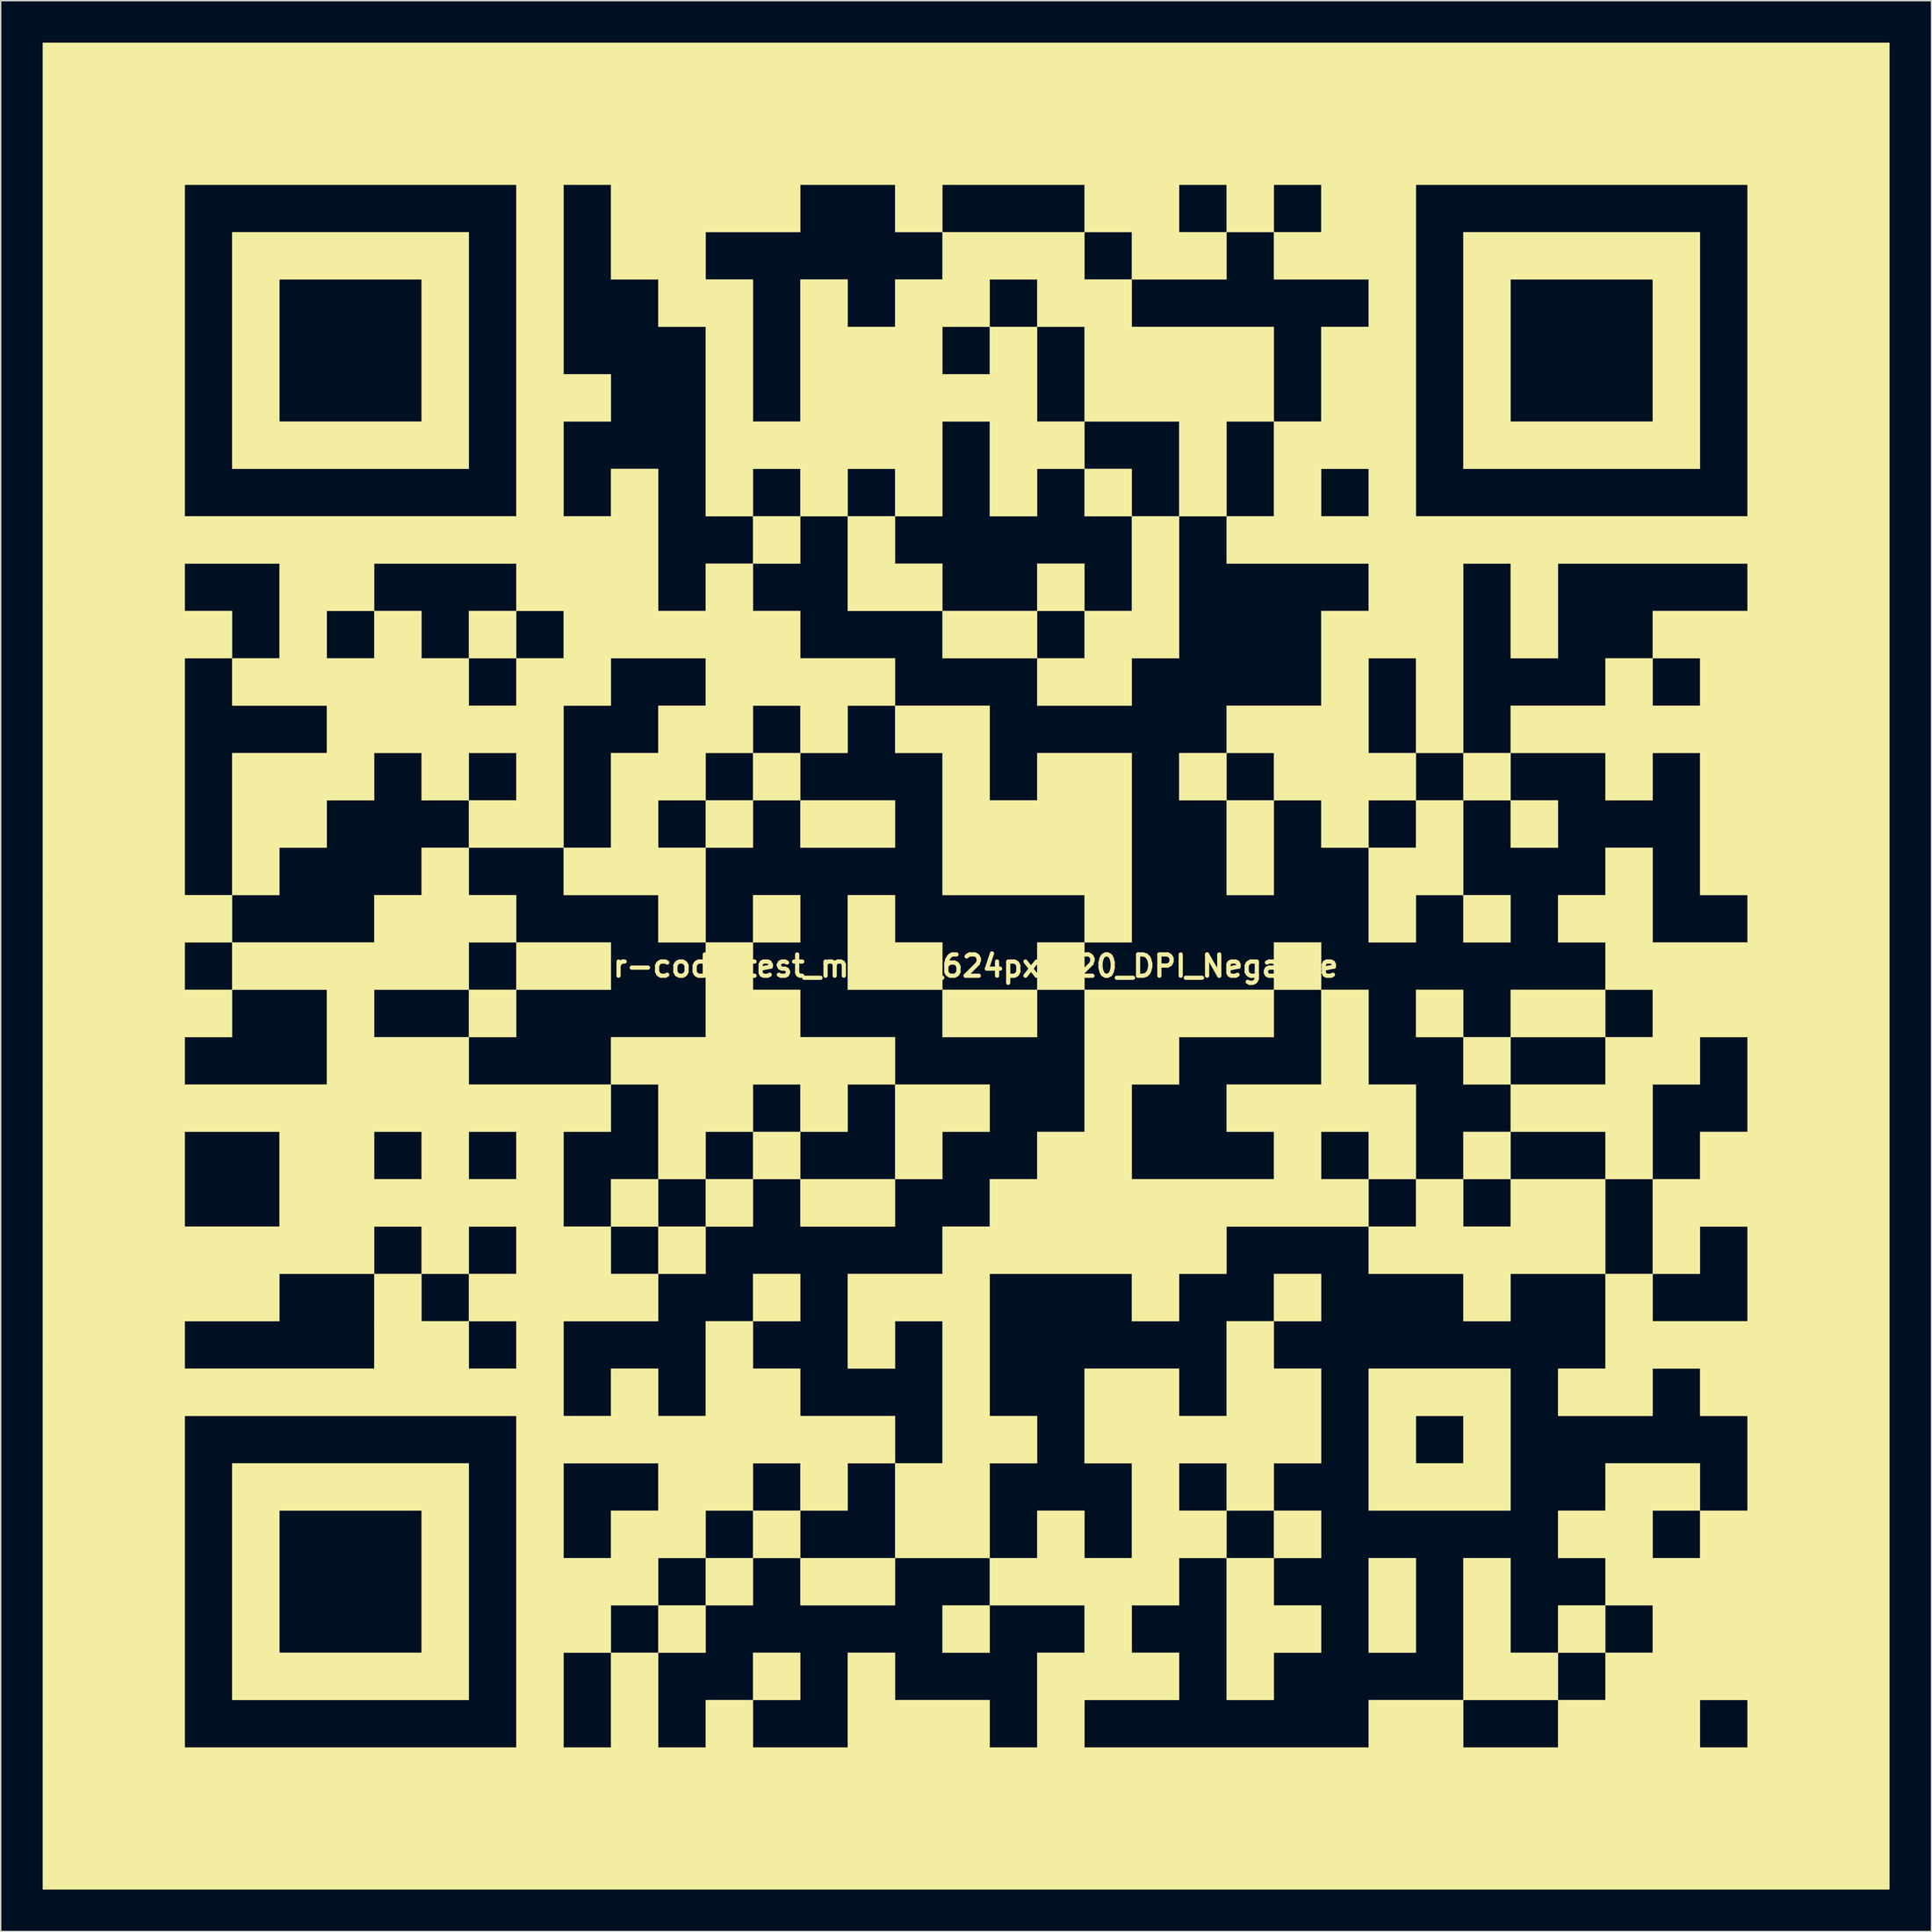
<source format=kicad_pcb>
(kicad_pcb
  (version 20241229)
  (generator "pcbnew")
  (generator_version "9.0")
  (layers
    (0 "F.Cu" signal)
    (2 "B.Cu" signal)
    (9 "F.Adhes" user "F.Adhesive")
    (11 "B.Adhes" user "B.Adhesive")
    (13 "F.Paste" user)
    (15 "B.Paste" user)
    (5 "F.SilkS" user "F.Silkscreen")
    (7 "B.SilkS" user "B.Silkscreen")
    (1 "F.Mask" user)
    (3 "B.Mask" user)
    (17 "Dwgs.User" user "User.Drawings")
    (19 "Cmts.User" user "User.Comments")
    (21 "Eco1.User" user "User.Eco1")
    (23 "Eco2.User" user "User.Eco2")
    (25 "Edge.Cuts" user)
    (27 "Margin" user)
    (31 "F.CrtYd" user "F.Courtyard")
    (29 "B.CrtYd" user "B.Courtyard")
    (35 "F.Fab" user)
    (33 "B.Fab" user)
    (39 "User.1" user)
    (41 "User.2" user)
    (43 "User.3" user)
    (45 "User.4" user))
  (footprint "qr-code_test_mm_qr_624px_120_DPI_Negative"
    (layer "F.Cu")
    (at 66.045 66.045)
    (property "Reference" "qr-code_test_mm_qr_624px_120_DPI_Negative" (at 0 0 0) (layer "F.SilkS") (effects (font (size 1.524 1.524) (thickness 0.3))))
    (attr through_hole)
    (fp_poly (pts (xy -32.173 -22.013) (xy -35.56 -22.013) (xy -35.56 -25.4) (xy -32.173 -25.4) (xy -32.173 -22.013)) (stroke (width 0.01) (type solid)) (fill yes) (layer "F.SilkS"))
    (fp_poly (pts (xy -32.173 5.08) (xy -35.56 5.08) (xy -35.56 1.693) (xy -32.173 1.693) (xy -32.173 5.08)) (stroke (width 0.01) (type solid)) (fill yes) (layer "F.SilkS"))
    (fp_poly (pts (xy -25.4 1.693) (xy -32.173 1.693) (xy -32.173 -1.693) (xy -25.4 -1.693) (xy -25.4 1.693)) (stroke (width 0.01) (type solid)) (fill yes) (layer "F.SilkS"))
    (fp_poly (pts (xy -18.627 49.107) (xy -22.013 49.107) (xy -22.013 45.72) (xy -18.627 45.72) (xy -18.627 49.107)) (stroke (width 0.01) (type solid)) (fill yes) (layer "F.SilkS"))
    (fp_poly (pts (xy -15.24 -8.467) (xy -18.627 -8.467) (xy -18.627 -11.853) (xy -15.24 -11.853) (xy -15.24 -8.467)) (stroke (width 0.01) (type solid)) (fill yes) (layer "F.SilkS"))
    (fp_poly (pts (xy -15.24 45.72) (xy -18.627 45.72) (xy -18.627 42.333) (xy -15.24 42.333) (xy -15.24 45.72)) (stroke (width 0.01) (type solid)) (fill yes) (layer "F.SilkS"))
    (fp_poly (pts (xy -11.853 -28.787) (xy -15.24 -28.787) (xy -15.24 -32.173) (xy -11.853 -32.173) (xy -11.853 -28.787)) (stroke (width 0.01) (type solid)) (fill yes) (layer "F.SilkS"))
    (fp_poly (pts (xy -11.853 -11.853) (xy -15.24 -11.853) (xy -15.24 -15.24) (xy -11.853 -15.24) (xy -11.853 -11.853)) (stroke (width 0.01) (type solid)) (fill yes) (layer "F.SilkS"))
    (fp_poly (pts (xy -11.853 -1.693) (xy -15.24 -1.693) (xy -15.24 -5.08) (xy -11.853 -5.08) (xy -11.853 -1.693)) (stroke (width 0.01) (type solid)) (fill yes) (layer "F.SilkS"))
    (fp_poly (pts (xy -11.853 25.4) (xy -15.24 25.4) (xy -15.24 22.013) (xy -11.853 22.013) (xy -11.853 25.4)) (stroke (width 0.01) (type solid)) (fill yes) (layer "F.SilkS"))
    (fp_poly (pts (xy -11.853 42.333) (xy -15.24 42.333) (xy -15.24 38.947) (xy -11.853 38.947) (xy -11.853 42.333)) (stroke (width 0.01) (type solid)) (fill yes) (layer "F.SilkS"))
    (fp_poly (pts (xy -11.853 52.493) (xy -15.24 52.493) (xy -15.24 49.107) (xy -11.853 49.107) (xy -11.853 52.493)) (stroke (width 0.01) (type solid)) (fill yes) (layer "F.SilkS"))
    (fp_poly (pts (xy -5.08 -8.467) (xy -11.853 -8.467) (xy -11.853 -11.853) (xy -5.08 -11.853) (xy -5.08 -8.467)) (stroke (width 0.01) (type solid)) (fill yes) (layer "F.SilkS"))
    (fp_poly (pts (xy -5.08 45.72) (xy -11.853 45.72) (xy -11.853 42.333) (xy -5.08 42.333) (xy -5.08 45.72)) (stroke (width 0.01) (type solid)) (fill yes) (layer "F.SilkS"))
    (fp_poly (pts (xy 1.693 49.107) (xy -1.693 49.107) (xy -1.693 45.72) (xy 1.693 45.72) (xy 1.693 49.107)) (stroke (width 0.01) (type solid)) (fill yes) (layer "F.SilkS"))
    (fp_poly (pts (xy 5.08 5.08) (xy -1.693 5.08) (xy -1.693 1.693) (xy 5.08 1.693) (xy 5.08 5.08)) (stroke (width 0.01) (type solid)) (fill yes) (layer "F.SilkS"))
    (fp_poly (pts (xy 8.467 1.693) (xy 5.08 1.693) (xy 5.08 -1.693) (xy 8.467 -1.693) (xy 8.467 1.693)) (stroke (width 0.01) (type solid)) (fill yes) (layer "F.SilkS"))
    (fp_poly (pts (xy 11.853 -32.173) (xy 8.467 -32.173) (xy 8.467 -35.56) (xy 11.853 -35.56) (xy 11.853 -32.173)) (stroke (width 0.01) (type solid)) (fill yes) (layer "F.SilkS"))
    (fp_poly (pts (xy 18.627 -11.853) (xy 15.24 -11.853) (xy 15.24 -15.24) (xy 18.627 -15.24) (xy 18.627 -11.853)) (stroke (width 0.01) (type solid)) (fill yes) (layer "F.SilkS"))
    (fp_poly (pts (xy 22.013 -5.08) (xy 18.627 -5.08) (xy 18.627 -11.853) (xy 22.013 -11.853) (xy 22.013 -5.08)) (stroke (width 0.01) (type solid)) (fill yes) (layer "F.SilkS"))
    (fp_poly (pts (xy 25.4 25.4) (xy 22.013 25.4) (xy 22.013 22.013) (xy 25.4 22.013) (xy 25.4 25.4)) (stroke (width 0.01) (type solid)) (fill yes) (layer "F.SilkS"))
    (fp_poly (pts (xy 25.4 42.333) (xy 22.013 42.333) (xy 22.013 38.947) (xy 25.4 38.947) (xy 25.4 42.333)) (stroke (width 0.01) (type solid)) (fill yes) (layer "F.SilkS"))
    (fp_poly (pts (xy 32.173 49.107) (xy 28.787 49.107) (xy 28.787 42.333) (xy 32.173 42.333) (xy 32.173 49.107)) (stroke (width 0.01) (type solid)) (fill yes) (layer "F.SilkS"))
    (fp_poly (pts (xy 35.56 5.08) (xy 32.173 5.08) (xy 32.173 1.693) (xy 35.56 1.693) (xy 35.56 5.08)) (stroke (width 0.01) (type solid)) (fill yes) (layer "F.SilkS"))
    (fp_poly (pts (xy 38.947 -11.853) (xy 35.56 -11.853) (xy 35.56 -15.24) (xy 38.947 -15.24) (xy 38.947 -11.853)) (stroke (width 0.01) (type solid)) (fill yes) (layer "F.SilkS"))
    (fp_poly (pts (xy 38.947 -1.693) (xy 35.56 -1.693) (xy 35.56 -5.08) (xy 38.947 -5.08) (xy 38.947 -1.693)) (stroke (width 0.01) (type solid)) (fill yes) (layer "F.SilkS"))
    (fp_poly (pts (xy 38.947 8.467) (xy 35.56 8.467) (xy 35.56 5.08) (xy 38.947 5.08) (xy 38.947 8.467)) (stroke (width 0.01) (type solid)) (fill yes) (layer "F.SilkS"))
    (fp_poly (pts (xy 42.333 -8.467) (xy 38.947 -8.467) (xy 38.947 -11.853) (xy 42.333 -11.853) (xy 42.333 -8.467)) (stroke (width 0.01) (type solid)) (fill yes) (layer "F.SilkS"))
    (fp_poly (pts (xy 45.72 5.08) (xy 38.947 5.08) (xy 38.947 1.693) (xy 45.72 1.693) (xy 45.72 5.08)) (stroke (width 0.01) (type solid)) (fill yes) (layer "F.SilkS"))
    (fp_poly (pts (xy 45.72 49.107) (xy 42.333 49.107) (xy 42.333 45.72) (xy 45.72 45.72) (xy 45.72 49.107)) (stroke (width 0.01) (type solid)) (fill yes) (layer "F.SilkS"))
    (fp_poly (pts (xy -5.08 -28.787) (xy -1.693 -28.787) (xy -1.693 -25.4) (xy -8.467 -25.4) (xy -8.467 -32.173) (xy -5.08 -32.173) (xy -5.08 -28.787)) (stroke (width 0.01) (type solid)) (fill yes) (layer "F.SilkS"))
    (fp_poly (pts (xy -5.08 -1.693) (xy -1.693 -1.693) (xy -1.693 1.693) (xy -8.467 1.693) (xy -8.467 -5.08) (xy -5.08 -5.08) (xy -5.08 -1.693)) (stroke (width 0.01) (type solid)) (fill yes) (layer "F.SilkS"))
    (fp_poly (pts (xy 38.947 49.107) (xy 42.333 49.107) (xy 42.333 52.493) (xy 35.56 52.493) (xy 35.56 42.333) (xy 38.947 42.333) (xy 38.947 49.107)) (stroke (width 0.01) (type solid)) (fill yes) (layer "F.SilkS"))
    (fp_poly (pts (xy 22.013 45.72) (xy 25.4 45.72) (xy 25.4 49.107) (xy 22.013 49.107) (xy 22.013 52.493) (xy 18.627 52.493) (xy 18.627 42.333) (xy 22.013 42.333) (xy 22.013 45.72)) (stroke (width 0.01) (type solid)) (fill yes) (layer "F.SilkS"))
    (fp_poly (pts (xy 35.56 -5.08) (xy 32.173 -5.08) (xy 32.173 -1.693) (xy 28.787 -1.693) (xy 28.787 -8.467) (xy 32.173 -8.467) (xy 32.173 -11.853) (xy 35.56 -11.853) (xy 35.56 -5.08)) (stroke (width 0.01) (type solid)) (fill yes) (layer "F.SilkS"))
    (fp_poly (pts (xy -35.56 -35.56) (xy -52.493 -35.56) (xy -52.493 -49.107) (xy -49.107 -49.107) (xy -49.107 -38.947) (xy -38.947 -38.947) (xy -38.947 -49.107) (xy -49.107 -49.107) (xy -52.493 -49.107) (xy -52.493 -52.493) (xy -35.56 -52.493) (xy -35.56 -35.56)) (stroke (width 0.01) (type solid)) (fill yes) (layer "F.SilkS"))
    (fp_poly (pts (xy -35.56 52.493) (xy -52.493 52.493) (xy -52.493 38.947) (xy -49.107 38.947) (xy -49.107 49.107) (xy -38.947 49.107) (xy -38.947 38.947) (xy -49.107 38.947) (xy -52.493 38.947) (xy -52.493 35.56) (xy -35.56 35.56) (xy -35.56 52.493)) (stroke (width 0.01) (type solid)) (fill yes) (layer "F.SilkS"))
    (fp_poly (pts (xy 38.947 38.947) (xy 28.787 38.947) (xy 28.787 32.173) (xy 32.173 32.173) (xy 32.173 35.56) (xy 35.56 35.56) (xy 35.56 32.173) (xy 32.173 32.173) (xy 28.787 32.173) (xy 28.787 28.787) (xy 38.947 28.787) (xy 38.947 38.947)) (stroke (width 0.01) (type solid)) (fill yes) (layer "F.SilkS"))
    (fp_poly (pts (xy 52.493 -35.56) (xy 35.56 -35.56) (xy 35.56 -49.107) (xy 38.947 -49.107) (xy 38.947 -38.947) (xy 49.107 -38.947) (xy 49.107 -49.107) (xy 38.947 -49.107) (xy 35.56 -49.107) (xy 35.56 -52.493) (xy 52.493 -52.493) (xy 52.493 -35.56)) (stroke (width 0.01) (type solid)) (fill yes) (layer "F.SilkS"))
    (fp_poly (pts (xy 1.693 -11.853) (xy 5.08 -11.853) (xy 5.08 -15.24) (xy 11.853 -15.24) (xy 11.853 -1.693) (xy 8.467 -1.693) (xy 8.467 -5.08) (xy -1.693 -5.08) (xy -1.693 -15.24) (xy -5.08 -15.24) (xy -5.08 -18.627) (xy 1.693 -18.627) (xy 1.693 -11.853)) (stroke (width 0.01) (type solid)) (fill yes) (layer "F.SilkS"))
    (fp_poly (pts (xy 15.24 -22.013) (xy 11.853 -22.013) (xy 11.853 -18.627) (xy 5.08 -18.627) (xy 5.08 -22.013) (xy -1.693 -22.013) (xy -1.693 -25.4) (xy 5.08 -25.4) (xy 5.08 -22.013) (xy 8.467 -22.013) (xy 8.467 -25.4) (xy 5.08 -25.4) (xy 5.08 -28.787) (xy 8.467 -28.787) (xy 8.467 -25.4) (xy 11.853 -25.4) (xy 11.853 -32.173) (xy 15.24 -32.173) (xy 15.24 -22.013)) (stroke (width 0.01) (type solid)) (fill yes) (layer "F.SilkS"))
    (fp_poly (pts (xy 1.693 8.467) (xy 1.693 11.853) (xy -1.693 11.853) (xy -1.693 15.24) (xy -5.08 15.24) (xy -5.08 18.627) (xy -11.853 18.627) (xy -11.853 15.24) (xy -15.24 15.24) (xy -15.24 18.627) (xy -18.627 18.627) (xy -18.627 22.013) (xy -22.013 22.013) (xy -22.013 18.627) (xy -25.4 18.627) (xy -25.4 15.24) (xy -22.013 15.24) (xy -22.013 18.627) (xy -18.627 18.627) (xy -18.627 15.24) (xy -22.013 15.24) (xy -22.013 11.853) (xy -18.627 11.853) (xy -18.627 15.24) (xy -15.24 15.24) (xy -15.24 11.853) (xy -18.627 11.853) (xy -22.013 11.853) (xy -22.013 8.467) (xy -15.24 8.467) (xy -15.24 11.853) (xy -11.853 11.853) (xy -11.853 15.24) (xy -5.08 15.24) (xy -5.08 8.467) (xy -8.467 8.467) (xy -8.467 11.853) (xy -11.853 11.853) (xy -11.853 8.467) (xy -15.24 8.467) (xy -22.013 8.467) (xy -25.4 8.467) (xy -25.4 5.08) (xy -18.627 5.08) (xy -18.627 -1.693) (xy -15.24 -1.693) (xy -15.24 1.693) (xy -11.853 1.693) (xy -11.853 5.08) (xy -5.08 5.08) (xy -5.08 8.467) (xy 1.693 8.467)) (stroke (width 0.01) (type solid)) (fill yes) (layer "F.SilkS"))
    (fp_poly (pts (xy 45.72 15.24) (xy 45.72 22.013) (xy 38.947 22.013) (xy 38.947 25.4) (xy 35.56 25.4) (xy 35.56 22.013) (xy 28.787 22.013) (xy 28.787 18.627) (xy 18.627 18.627) (xy 18.627 22.013) (xy 15.24 22.013) (xy 15.24 25.4) (xy 11.853 25.4) (xy 11.853 22.013) (xy 1.693 22.013) (xy 1.693 32.173) (xy 5.08 32.173) (xy 5.08 35.56) (xy 1.693 35.56) (xy 1.693 42.333) (xy -5.08 42.333) (xy -5.08 35.56) (xy -1.693 35.56) (xy -1.693 25.4) (xy -5.08 25.4) (xy -5.08 28.787) (xy -8.467 28.787) (xy -8.467 22.013) (xy -1.693 22.013) (xy -1.693 18.627) (xy 1.693 18.627) (xy 1.693 15.24) (xy 5.08 15.24) (xy 5.08 11.853) (xy 8.467 11.853) (xy 8.467 8.467) (xy 11.853 8.467) (xy 11.853 15.24) (xy 22.013 15.24) (xy 22.013 11.853) (xy 25.4 11.853) (xy 25.4 15.24) (xy 28.787 15.24) (xy 28.787 18.627) (xy 32.173 18.627) (xy 32.173 15.24) (xy 28.787 15.24) (xy 28.787 11.853) (xy 25.4 11.853) (xy 22.013 11.853) (xy 18.627 11.853) (xy 18.627 8.467) (xy 25.4 8.467) (xy 25.4 1.693) (xy 22.013 1.693) (xy 22.013 5.08) (xy 15.24 5.08) (xy 15.24 8.467) (xy 11.853 8.467) (xy 8.467 8.467) (xy 8.467 1.693) (xy 22.013 1.693) (xy 22.013 -1.693) (xy 25.4 -1.693) (xy 25.4 1.693) (xy 28.787 1.693) (xy 28.787 8.467) (xy 32.173 8.467) (xy 32.173 15.24) (xy 35.56 15.24) (xy 35.56 18.627) (xy 38.947 18.627) (xy 38.947 15.24) (xy 35.56 15.24) (xy 35.56 11.853) (xy 38.947 11.853) (xy 38.947 15.24) (xy 45.72 15.24)) (stroke (width 0.01) (type solid)) (fill yes) (layer "F.SilkS"))
    (fp_poly (pts (xy 66.04 66.04) (xy -66.04 66.04) (xy -66.04 32.173) (xy -55.88 32.173) (xy -55.88 55.88) (xy -32.173 55.88) (xy -32.173 49.107) (xy -28.787 49.107) (xy -28.787 55.88) (xy -25.4 55.88) (xy -25.4 49.107) (xy -28.787 49.107) (xy -32.173 49.107) (xy -32.173 35.56) (xy -28.787 35.56) (xy -28.787 42.333) (xy -25.4 42.333) (xy -25.4 38.947) (xy -22.013 38.947) (xy -22.013 35.56) (xy -28.787 35.56) (xy -32.173 35.56) (xy -32.173 32.173) (xy -55.88 32.173) (xy -66.04 32.173) (xy -66.04 25.4) (xy -55.88 25.4) (xy -55.88 28.787) (xy -42.333 28.787) (xy -42.333 22.013) (xy -49.107 22.013) (xy -49.107 25.4) (xy -55.88 25.4) (xy -66.04 25.4) (xy -66.04 11.853) (xy -55.88 11.853) (xy -55.88 18.627) (xy -49.107 18.627) (xy -42.333 18.627) (xy -42.333 22.013) (xy -38.947 22.013) (xy -38.947 25.4) (xy -35.56 25.4) (xy -35.56 28.787) (xy -32.173 28.787) (xy -32.173 25.4) (xy -35.56 25.4) (xy -35.56 22.013) (xy -38.947 22.013) (xy -38.947 18.627) (xy -35.56 18.627) (xy -35.56 22.013) (xy -32.173 22.013) (xy -32.173 18.627) (xy -35.56 18.627) (xy -38.947 18.627) (xy -42.333 18.627) (xy -49.107 18.627) (xy -49.107 11.853) (xy -42.333 11.853) (xy -42.333 15.24) (xy -38.947 15.24) (xy -38.947 11.853) (xy -35.56 11.853) (xy -35.56 15.24) (xy -32.173 15.24) (xy -32.173 11.853) (xy -35.56 11.853) (xy -38.947 11.853) (xy -42.333 11.853) (xy -49.107 11.853) (xy -55.88 11.853) (xy -66.04 11.853) (xy -66.04 5.08) (xy -55.88 5.08) (xy -55.88 8.467) (xy -45.72 8.467) (xy -45.72 1.693) (xy -42.333 1.693) (xy -42.333 5.08) (xy -35.56 5.08) (xy -35.56 8.467) (xy -25.4 8.467) (xy -25.4 11.853) (xy -28.787 11.853) (xy -28.787 18.627) (xy -25.4 18.627) (xy -25.4 22.013) (xy -22.013 22.013) (xy -22.013 25.4) (xy -28.787 25.4) (xy -28.787 32.173) (xy -25.4 32.173) (xy -25.4 28.787) (xy -22.013 28.787) (xy -22.013 32.173) (xy -18.627 32.173) (xy -18.627 25.4) (xy -15.24 25.4) (xy -15.24 28.787) (xy -11.853 28.787) (xy -11.853 32.173) (xy -5.08 32.173) (xy -5.08 35.56) (xy -8.467 35.56) (xy -8.467 38.947) (xy -11.853 38.947) (xy -11.853 35.56) (xy -15.24 35.56) (xy -15.24 38.947) (xy -18.627 38.947) (xy -18.627 42.333) (xy -22.013 42.333) (xy -22.013 45.72) (xy -25.4 45.72) (xy -25.4 49.107) (xy -22.013 49.107) (xy -22.013 55.88) (xy -18.627 55.88) (xy -18.627 52.493) (xy -15.24 52.493) (xy -15.24 55.88) (xy -8.467 55.88) (xy -8.467 49.107) (xy -5.08 49.107) (xy -5.08 52.493) (xy 1.693 52.493) (xy 1.693 55.88) (xy 5.08 55.88) (xy 5.08 49.107) (xy 8.467 49.107) (xy 8.467 45.72) (xy 1.693 45.72) (xy 1.693 42.333) (xy 5.08 42.333) (xy 5.08 38.947) (xy 8.467 38.947) (xy 8.467 42.333) (xy 11.853 42.333) (xy 11.853 35.56) (xy 15.24 35.56) (xy 15.24 38.947) (xy 18.627 38.947) (xy 18.627 35.56) (xy 15.24 35.56) (xy 11.853 35.56) (xy 8.467 35.56) (xy 8.467 28.787) (xy 15.24 28.787) (xy 15.24 32.173) (xy 18.627 32.173) (xy 18.627 25.4) (xy 22.013 25.4) (xy 22.013 28.787) (xy 25.4 28.787) (xy 25.4 35.56) (xy 22.013 35.56) (xy 22.013 38.947) (xy 18.627 38.947) (xy 18.627 42.333) (xy 15.24 42.333) (xy 15.24 45.72) (xy 11.853 45.72) (xy 11.853 49.107) (xy 15.24 49.107) (xy 15.24 52.493) (xy 8.467 52.493) (xy 8.467 55.88) (xy 28.787 55.88) (xy 28.787 52.493) (xy 35.56 52.493) (xy 35.56 55.88) (xy 42.333 55.88) (xy 42.333 52.493) (xy 45.72 52.493) (xy 52.493 52.493) (xy 52.493 55.88) (xy 55.88 55.88) (xy 55.88 52.493) (xy 52.493 52.493) (xy 45.72 52.493) (xy 45.72 49.107) (xy 49.107 49.107) (xy 49.107 45.72) (xy 45.72 45.72) (xy 45.72 42.333) (xy 42.333 42.333) (xy 42.333 38.947) (xy 45.72 38.947) (xy 49.107 38.947) (xy 49.107 42.333) (xy 52.493 42.333) (xy 52.493 38.947) (xy 49.107 38.947) (xy 45.72 38.947) (xy 45.72 35.56) (xy 52.493 35.56) (xy 52.493 38.947) (xy 55.88 38.947) (xy 55.88 32.173) (xy 52.493 32.173) (xy 52.493 28.787) (xy 49.107 28.787) (xy 49.107 32.173) (xy 42.333 32.173) (xy 42.333 28.787) (xy 45.72 28.787) (xy 45.72 22.013) (xy 49.107 22.013) (xy 49.107 25.4) (xy 55.88 25.4) (xy 55.88 18.627) (xy 52.493 18.627) (xy 52.493 22.013) (xy 49.107 22.013) (xy 49.107 15.24) (xy 45.72 15.24) (xy 45.72 11.853) (xy 38.947 11.853) (xy 38.947 8.467) (xy 45.72 8.467) (xy 49.107 8.467) (xy 49.107 15.24) (xy 52.493 15.24) (xy 52.493 11.853) (xy 55.88 11.853) (xy 55.88 5.08) (xy 52.493 5.08) (xy 52.493 8.467) (xy 49.107 8.467) (xy 45.72 8.467) (xy 45.72 5.08) (xy 49.107 5.08) (xy 49.107 1.693) (xy 45.72 1.693) (xy 45.72 -1.693) (xy 42.333 -1.693) (xy 42.333 -5.08) (xy 45.72 -5.08) (xy 45.72 -8.467) (xy 49.107 -8.467) (xy 49.107 -1.693) (xy 55.88 -1.693) (xy 55.88 -5.08) (xy 52.493 -5.08) (xy 52.493 -15.24) (xy 49.107 -15.24) (xy 49.107 -11.853) (xy 45.72 -11.853) (xy 45.72 -15.24) (xy 38.947 -15.24) (xy 38.947 -18.627) (xy 45.72 -18.627) (xy 45.72 -22.013) (xy 49.107 -22.013) (xy 49.107 -18.627) (xy 52.493 -18.627) (xy 52.493 -22.013) (xy 49.107 -22.013) (xy 49.107 -25.4) (xy 55.88 -25.4) (xy 55.88 -28.787) (xy 42.333 -28.787) (xy 42.333 -22.013) (xy 38.947 -22.013) (xy 38.947 -28.787) (xy 35.56 -28.787) (xy 35.56 -15.24) (xy 32.173 -15.24) (xy 32.173 -11.853) (xy 28.787 -11.853) (xy 28.787 -8.467) (xy 25.4 -8.467) (xy 25.4 -11.853) (xy 22.013 -11.853) (xy 22.013 -15.24) (xy 18.627 -15.24) (xy 18.627 -18.627) (xy 25.4 -18.627) (xy 25.4 -22.013) (xy 28.787 -22.013) (xy 28.787 -15.24) (xy 32.173 -15.24) (xy 32.173 -22.013) (xy 28.787 -22.013) (xy 25.4 -22.013) (xy 25.4 -25.4) (xy 28.787 -25.4) (xy 28.787 -28.787) (xy 18.627 -28.787) (xy 18.627 -32.173) (xy 15.24 -32.173) (xy 15.24 -38.947) (xy 18.627 -38.947) (xy 18.627 -32.173) (xy 22.013 -32.173) (xy 22.013 -35.56) (xy 25.4 -35.56) (xy 25.4 -32.173) (xy 28.787 -32.173) (xy 28.787 -35.56) (xy 25.4 -35.56) (xy 22.013 -35.56) (xy 22.013 -38.947) (xy 18.627 -38.947) (xy 15.24 -38.947) (xy 8.467 -38.947) (xy 8.467 -35.56) (xy 5.08 -35.56) (xy 5.08 -32.173) (xy 1.693 -32.173) (xy 1.693 -38.947) (xy -1.693 -38.947) (xy -1.693 -32.173) (xy -5.08 -32.173) (xy -5.08 -35.56) (xy -8.467 -35.56) (xy -8.467 -32.173) (xy -11.853 -32.173) (xy -11.853 -35.56) (xy -15.24 -35.56) (xy -15.24 -32.173) (xy -18.627 -32.173) (xy -18.627 -45.72) (xy -22.013 -45.72) (xy -22.013 -49.107) (xy -25.4 -49.107) (xy -25.4 -52.493) (xy -18.627 -52.493) (xy -18.627 -49.107) (xy -15.24 -49.107) (xy -15.24 -38.947) (xy -11.853 -38.947) (xy -11.853 -49.107) (xy -8.467 -49.107) (xy -8.467 -45.72) (xy -5.08 -45.72) (xy -1.693 -45.72) (xy -1.693 -42.333) (xy 1.693 -42.333) (xy 1.693 -45.72) (xy -1.693 -45.72) (xy -5.08 -45.72) (xy -5.08 -49.107) (xy -1.693 -49.107) (xy 1.693 -49.107) (xy 1.693 -45.72) (xy 5.08 -45.72) (xy 5.08 -38.947) (xy 8.467 -38.947) (xy 8.467 -45.72) (xy 5.08 -45.72) (xy 5.08 -49.107) (xy 1.693 -49.107) (xy -1.693 -49.107) (xy -1.693 -52.493) (xy -5.08 -52.493) (xy -5.08 -55.88) (xy -1.693 -55.88) (xy -1.693 -52.493) (xy 8.467 -52.493) (xy 8.467 -49.107) (xy 11.853 -49.107) (xy 11.853 -45.72) (xy 22.013 -45.72) (xy 22.013 -38.947) (xy 25.4 -38.947) (xy 25.4 -45.72) (xy 28.787 -45.72) (xy 28.787 -49.107) (xy 22.013 -49.107) (xy 22.013 -52.493) (xy 18.627 -52.493) (xy 18.627 -49.107) (xy 11.853 -49.107) (xy 11.853 -52.493) (xy 8.467 -52.493) (xy 8.467 -55.88) (xy 15.24 -55.88) (xy 15.24 -52.493) (xy 18.627 -52.493) (xy 18.627 -55.88) (xy 22.013 -55.88) (xy 22.013 -52.493) (xy 25.4 -52.493) (xy 25.4 -55.88) (xy 32.173 -55.88) (xy 32.173 -32.173) (xy 55.88 -32.173) (xy 55.88 -55.88) (xy 32.173 -55.88) (xy 25.4 -55.88) (xy 22.013 -55.88) (xy 18.627 -55.88) (xy 15.24 -55.88) (xy 8.467 -55.88) (xy -1.693 -55.88) (xy -5.08 -55.88) (xy -11.853 -55.88) (xy -11.853 -52.493) (xy -18.627 -52.493) (xy -25.4 -52.493) (xy -25.4 -55.88) (xy -28.787 -55.88) (xy -28.787 -42.333) (xy -25.4 -42.333) (xy -25.4 -38.947) (xy -28.787 -38.947) (xy -28.787 -32.173) (xy -25.4 -32.173) (xy -25.4 -35.56) (xy -22.013 -35.56) (xy -22.013 -25.4) (xy -18.627 -25.4) (xy -18.627 -28.787) (xy -15.24 -28.787) (xy -15.24 -25.4) (xy -11.853 -25.4) (xy -11.853 -22.013) (xy -5.08 -22.013) (xy -5.08 -18.627) (xy -8.467 -18.627) (xy -8.467 -15.24) (xy -11.853 -15.24) (xy -11.853 -18.627) (xy -15.24 -18.627) (xy -15.24 -15.24) (xy -18.627 -15.24) (xy -18.627 -11.853) (xy -22.013 -11.853) (xy -22.013 -8.467) (xy -18.627 -8.467) (xy -18.627 -1.693) (xy -22.013 -1.693) (xy -22.013 -5.08) (xy -28.787 -5.08) (xy -28.787 -8.467) (xy -35.56 -8.467) (xy -35.56 -5.08) (xy -32.173 -5.08) (xy -32.173 -1.693) (xy -35.56 -1.693) (xy -35.56 1.693) (xy -42.333 1.693) (xy -45.72 1.693) (xy -52.493 1.693) (xy -52.493 5.08) (xy -55.88 5.08) (xy -66.04 5.08) (xy -66.04 -1.693) (xy -55.88 -1.693) (xy -55.88 1.693) (xy -52.493 1.693) (xy -52.493 -1.693) (xy -55.88 -1.693) (xy -66.04 -1.693) (xy -66.04 -22.013) (xy -55.88 -22.013) (xy -55.88 -5.08) (xy -52.493 -5.08) (xy -52.493 -1.693) (xy -42.333 -1.693) (xy -42.333 -5.08) (xy -38.947 -5.08) (xy -38.947 -8.467) (xy -35.56 -8.467) (xy -35.56 -11.853) (xy -38.947 -11.853) (xy -38.947 -15.24) (xy -35.56 -15.24) (xy -35.56 -11.853) (xy -32.173 -11.853) (xy -32.173 -15.24) (xy -35.56 -15.24) (xy -38.947 -15.24) (xy -42.333 -15.24) (xy -42.333 -11.853) (xy -45.72 -11.853) (xy -45.72 -8.467) (xy -49.107 -8.467) (xy -49.107 -5.08) (xy -52.493 -5.08) (xy -52.493 -15.24) (xy -45.72 -15.24) (xy -45.72 -18.627) (xy -52.493 -18.627) (xy -52.493 -22.013) (xy -55.88 -22.013) (xy -66.04 -22.013) (xy -66.04 -28.787) (xy -55.88 -28.787) (xy -55.88 -25.4) (xy -52.493 -25.4) (xy -52.493 -22.013) (xy -49.107 -22.013) (xy -49.107 -25.4) (xy -45.72 -25.4) (xy -45.72 -22.013) (xy -42.333 -22.013) (xy -42.333 -25.4) (xy -45.72 -25.4) (xy -49.107 -25.4) (xy -49.107 -28.787) (xy -42.333 -28.787) (xy -42.333 -25.4) (xy -38.947 -25.4) (xy -38.947 -22.013) (xy -35.56 -22.013) (xy -35.56 -18.627) (xy -32.173 -18.627) (xy -28.787 -18.627) (xy -28.787 -8.467) (xy -25.4 -8.467) (xy -25.4 -15.24) (xy -22.013 -15.24) (xy -22.013 -18.627) (xy -18.627 -18.627) (xy -18.627 -22.013) (xy -25.4 -22.013) (xy -25.4 -18.627) (xy -28.787 -18.627) (xy -32.173 -18.627) (xy -32.173 -22.013) (xy -28.787 -22.013) (xy -28.787 -25.4) (xy -32.173 -25.4) (xy -32.173 -28.787) (xy -42.333 -28.787) (xy -49.107 -28.787) (xy -55.88 -28.787) (xy -66.04 -28.787) (xy -66.04 -55.88) (xy -55.88 -55.88) (xy -55.88 -32.173) (xy -32.173 -32.173) (xy -32.173 -55.88) (xy -55.88 -55.88) (xy -66.04 -55.88) (xy -66.04 -66.04) (xy 66.04 -66.04) (xy 66.04 66.04)) (stroke (width 0.01) (type solid)) (fill yes) (layer "F.SilkS")))
  (gr_rect
    (start -3 -3)
    (end 135.09 135.09)
    (stroke (width 0.1) (type default))
    (fill no)
    (layer "Edge.Cuts")))
</source>
